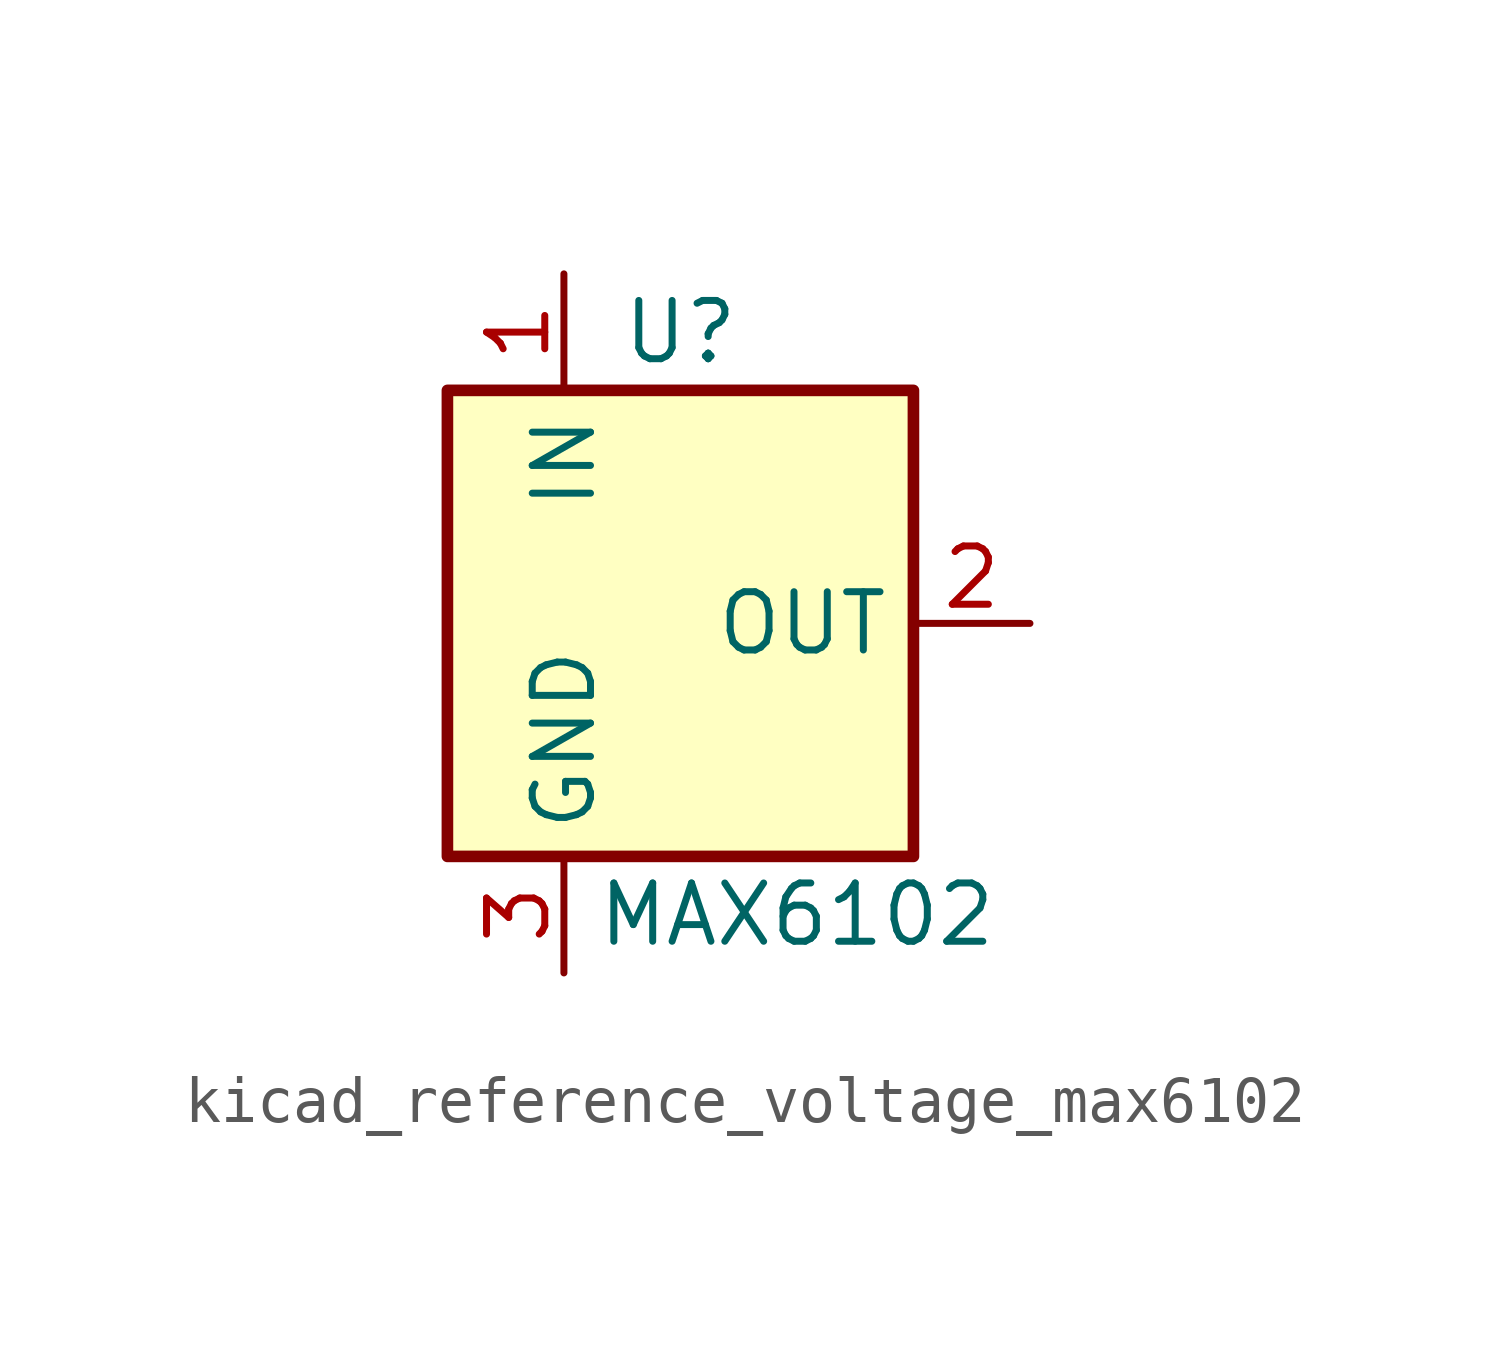
<source format=kicad_sym>
(kicad_symbol_lib
  (version 20220914)
  (generator kicad_symbol_editor)
  (symbol "kicad_reference_voltage_max6102"
    (property "Reference" "U"
      (at 0 6.35 0)
      (effects (font (size 1.27 1.27))))
    (property "Value" "MAX6102"
      (at 2.54 -6.35 0)
      (effects (font (size 1.27 1.27))))
    (symbol "kicad_reference_voltage_max6102_0_1"
      (rectangle (start -5.08 5.08) (end 5.08 -5.08) (stroke (width 0.254) (type default)) (fill (type background))))
    (symbol "kicad_reference_voltage_max6102_1_1"
      (pin power_in line (at -2.54 7.62 270) (length 2.54) (name "IN" (effects (font (size 1.27 1.27)))) (number "1" (effects (font (size 1.27 1.27)))))
      (pin power_out line (at 7.62 0 180) (length 2.54) (name "OUT" (effects (font (size 1.27 1.27)))) (number "2" (effects (font (size 1.27 1.27)))))
      (pin power_in line (at -2.54 -7.62 90) (length 2.54) (name "GND" (effects (font (size 1.27 1.27)))) (number "3" (effects (font (size 1.27 1.27))))))))
</source>
